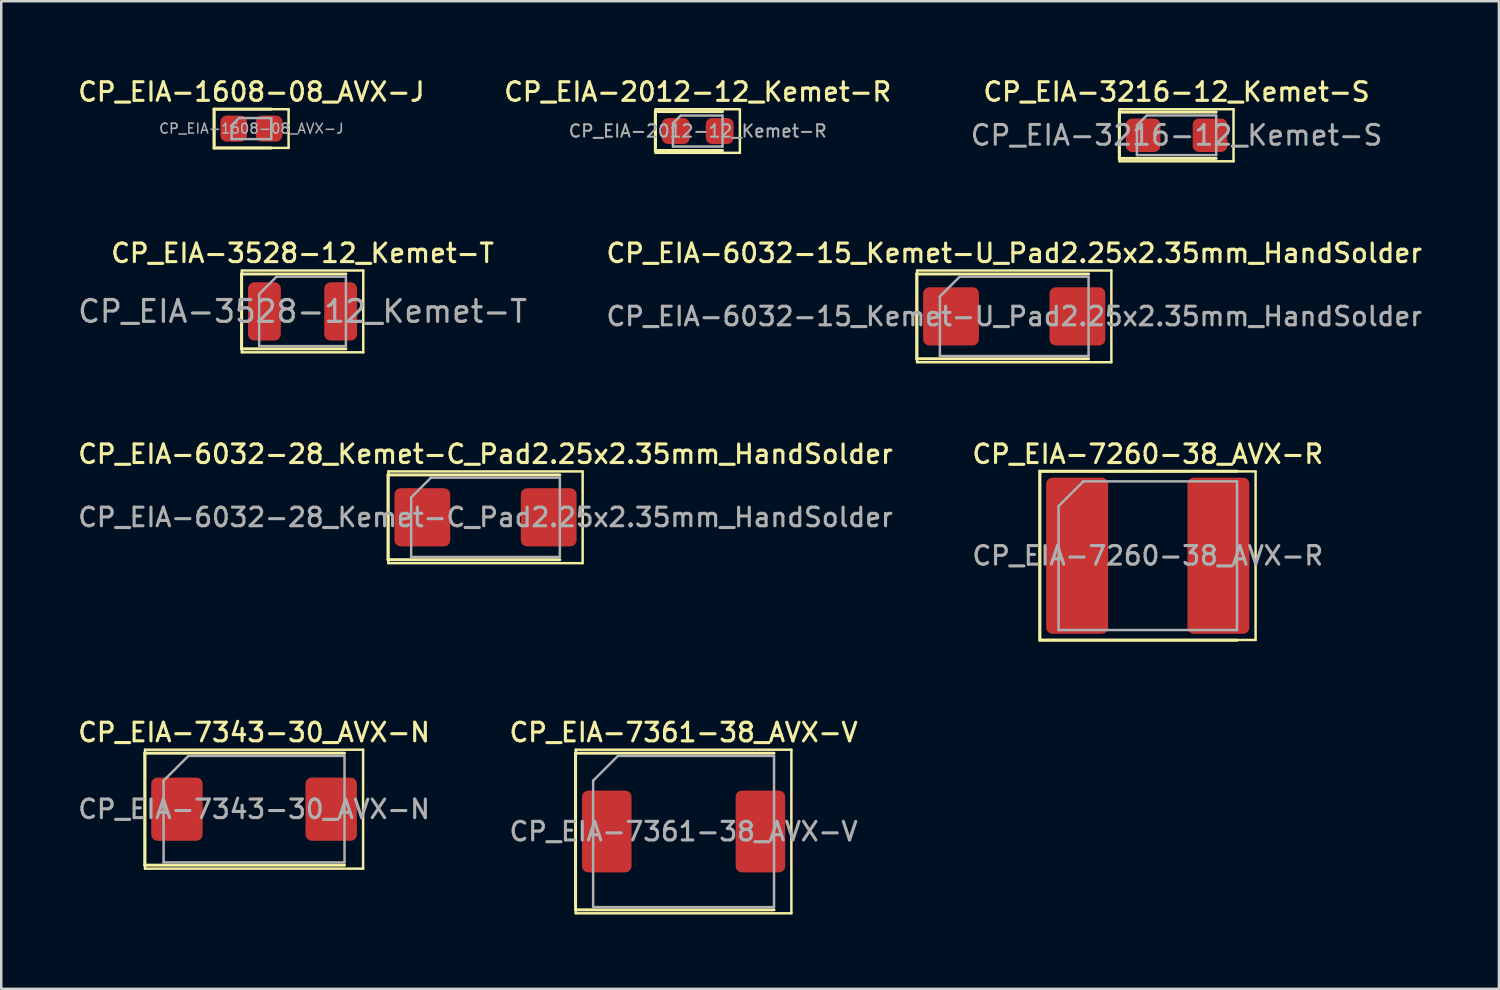
<source format=kicad_pcb>
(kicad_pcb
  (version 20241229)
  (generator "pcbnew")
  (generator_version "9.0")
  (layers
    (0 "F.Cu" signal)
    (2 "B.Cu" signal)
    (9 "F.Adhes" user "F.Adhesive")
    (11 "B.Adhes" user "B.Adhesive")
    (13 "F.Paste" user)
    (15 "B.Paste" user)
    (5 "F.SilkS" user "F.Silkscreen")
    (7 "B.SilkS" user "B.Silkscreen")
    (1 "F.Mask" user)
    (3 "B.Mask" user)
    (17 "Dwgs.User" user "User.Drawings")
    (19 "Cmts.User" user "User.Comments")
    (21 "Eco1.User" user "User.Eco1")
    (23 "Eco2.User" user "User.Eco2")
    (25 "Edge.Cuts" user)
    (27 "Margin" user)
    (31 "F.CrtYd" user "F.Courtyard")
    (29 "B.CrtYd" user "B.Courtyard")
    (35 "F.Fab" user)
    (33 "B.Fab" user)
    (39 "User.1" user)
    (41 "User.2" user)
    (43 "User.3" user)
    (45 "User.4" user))
  (footprint "CP_EIA-7260-38_AVX-R"
    (layer "F.Cu")
    (at 43.266 19.374)
    (property "Reference" "CP_EIA-7260-38_AVX-R" (at 0 -4.1 0) (layer "F.SilkS") (effects (font (size 0.75 0.75) (thickness 0.125))))
    (attr smd)
    (fp_line (start -4.36 -3.41) (end -4.36 3.41) (stroke (width 0.12) (type solid)) (layer "F.SilkS"))
    (fp_line (start -4.36 3.41) (end 3.6 3.41) (stroke (width 0.12) (type solid)) (layer "F.SilkS"))
    (fp_line (start -4.35 -3.4) (end 4.35 -3.4) (stroke (width 0.1) (type solid)) (layer "F.SilkS"))
    (fp_line (start -4.35 3.4) (end -4.35 -3.4) (stroke (width 0.1) (type solid)) (layer "F.SilkS"))
    (fp_line (start 3.6 -3.41) (end -4.36 -3.41) (stroke (width 0.12) (type solid)) (layer "F.SilkS"))
    (fp_line (start 4.35 -3.4) (end 4.35 3.4) (stroke (width 0.1) (type solid)) (layer "F.SilkS"))
    (fp_line (start 4.35 3.4) (end -4.35 3.4) (stroke (width 0.1) (type solid)) (layer "F.SilkS"))
    (fp_line (start -3.6 -2) (end -3.6 3) (stroke (width 0.1) (type solid)) (layer "F.Fab"))
    (fp_line (start -3.6 3) (end 3.6 3) (stroke (width 0.1) (type solid)) (layer "F.Fab"))
    (fp_line (start -2.6 -3) (end -3.6 -2) (stroke (width 0.1) (type solid)) (layer "F.Fab"))
    (fp_line (start 3.6 -3) (end -2.6 -3) (stroke (width 0.1) (type solid)) (layer "F.Fab"))
    (fp_line (start 3.6 3) (end 3.6 -3) (stroke (width 0.1) (type solid)) (layer "F.Fab"))
    (fp_text user "${REFERENCE}" (at 0 0 0) (layer "F.Fab") (effects (font (size 0.75 0.75) (thickness 0.125))))
    (pad "1" smd roundrect (at -2.85 0) (size 2.5 6.3) (layers "F.Cu" "F.Mask" "F.Paste") (roundrect_rratio 0.1))
    (pad "2" smd roundrect (at 2.85 0) (size 2.5 6.3) (layers "F.Cu" "F.Mask" "F.Paste") (roundrect_rratio 0.1)))
  (footprint "CP_EIA-2012-12_Kemet-R"
    (layer "F.Cu")
    (at 25.105 2.238)
    (property "Reference" "CP_EIA-2012-12_Kemet-R" (at 0 -1.58 0) (layer "F.SilkS") (effects (font (size 0.75 0.75) (thickness 0.125))))
    (attr smd)
    (fp_line (start -1.71 -0.785) (end -1.71 0.785) (stroke (width 0.12) (type solid)) (layer "F.SilkS"))
    (fp_line (start -1.71 0.785) (end 1 0.785) (stroke (width 0.12) (type solid)) (layer "F.SilkS"))
    (fp_line (start -1.7 -0.88) (end 1.7 -0.88) (stroke (width 0.1) (type solid)) (layer "F.SilkS"))
    (fp_line (start -1.7 0.88) (end -1.7 -0.88) (stroke (width 0.1) (type solid)) (layer "F.SilkS"))
    (fp_line (start 1 -0.785) (end -1.71 -0.785) (stroke (width 0.12) (type solid)) (layer "F.SilkS"))
    (fp_line (start 1.7 -0.88) (end 1.7 0.88) (stroke (width 0.1) (type solid)) (layer "F.SilkS"))
    (fp_line (start 1.7 0.88) (end -1.7 0.88) (stroke (width 0.1) (type solid)) (layer "F.SilkS"))
    (fp_line (start -1 -0.312) (end -1 0.625) (stroke (width 0.1) (type solid)) (layer "F.Fab"))
    (fp_line (start -1 0.625) (end 1 0.625) (stroke (width 0.1) (type solid)) (layer "F.Fab"))
    (fp_line (start -0.688 -0.625) (end -1 -0.312) (stroke (width 0.1) (type solid)) (layer "F.Fab"))
    (fp_line (start 1 -0.625) (end -0.688 -0.625) (stroke (width 0.1) (type solid)) (layer "F.Fab"))
    (fp_line (start 1 0.625) (end 1 -0.625) (stroke (width 0.1) (type solid)) (layer "F.Fab"))
    (fp_text user "${REFERENCE}" (at 0 0 0) (layer "F.Fab") (effects (font (size 0.5 0.5) (thickness 0.08))))
    (pad "1" smd roundrect (at -0.887 0) (size 1.125 1.05) (layers "F.Cu" "F.Mask" "F.Paste") (roundrect_rratio 0.238))
    (pad "2" smd roundrect (at 0.887 0) (size 1.125 1.05) (layers "F.Cu" "F.Mask" "F.Paste") (roundrect_rratio 0.238)))
  (footprint "CP_EIA-6032-28_Kemet-C_Pad2.25x2.35mm_HandSolder"
    (layer "F.Cu")
    (at 16.541 17.824)
    (property "Reference" "CP_EIA-6032-28_Kemet-C_Pad2.25x2.35mm_HandSolder" (at 0 -2.55 0) (layer "F.SilkS") (effects (font (size 0.75 0.75) (thickness 0.125))))
    (attr smd)
    (fp_line (start -3.935 -1.71) (end -3.935 1.71) (stroke (width 0.12) (type solid)) (layer "F.SilkS"))
    (fp_line (start -3.935 1.71) (end 3 1.71) (stroke (width 0.12) (type solid)) (layer "F.SilkS"))
    (fp_line (start -3.92 -1.85) (end 3.92 -1.85) (stroke (width 0.1) (type solid)) (layer "F.SilkS"))
    (fp_line (start -3.92 1.85) (end -3.92 -1.85) (stroke (width 0.1) (type solid)) (layer "F.SilkS"))
    (fp_line (start 3 -1.71) (end -3.935 -1.71) (stroke (width 0.12) (type solid)) (layer "F.SilkS"))
    (fp_line (start 3.92 -1.85) (end 3.92 1.85) (stroke (width 0.1) (type solid)) (layer "F.SilkS"))
    (fp_line (start 3.92 1.85) (end -3.92 1.85) (stroke (width 0.1) (type solid)) (layer "F.SilkS"))
    (fp_line (start -3 -0.8) (end -3 1.6) (stroke (width 0.1) (type solid)) (layer "F.Fab"))
    (fp_line (start -3 1.6) (end 3 1.6) (stroke (width 0.1) (type solid)) (layer "F.Fab"))
    (fp_line (start -2.2 -1.6) (end -3 -0.8) (stroke (width 0.1) (type solid)) (layer "F.Fab"))
    (fp_line (start 3 -1.6) (end -2.2 -1.6) (stroke (width 0.1) (type solid)) (layer "F.Fab"))
    (fp_line (start 3 1.6) (end 3 -1.6) (stroke (width 0.1) (type solid)) (layer "F.Fab"))
    (fp_text user "${REFERENCE}" (at 0 0 0) (layer "F.Fab") (effects (font (size 0.75 0.75) (thickness 0.125))))
    (pad "1" smd roundrect (at -2.55 0) (size 2.25 2.35) (layers "F.Cu" "F.Mask" "F.Paste") (roundrect_rratio 0.111))
    (pad "2" smd roundrect (at 2.55 0) (size 2.25 2.35) (layers "F.Cu" "F.Mask" "F.Paste") (roundrect_rratio 0.111)))
  (footprint "CP_EIA-3216-12_Kemet-S"
    (layer "F.Cu")
    (at 44.426 2.408)
    (property "Reference" "CP_EIA-3216-12_Kemet-S" (at 0 -1.75 0) (layer "F.SilkS") (effects (font (size 0.75 0.75) (thickness 0.125))))
    (attr smd)
    (fp_line (start -2.31 -0.935) (end -2.31 0.935) (stroke (width 0.12) (type solid)) (layer "F.SilkS"))
    (fp_line (start -2.31 0.935) (end 1.6 0.935) (stroke (width 0.12) (type solid)) (layer "F.SilkS"))
    (fp_line (start -2.3 -1.05) (end 2.3 -1.05) (stroke (width 0.1) (type solid)) (layer "F.SilkS"))
    (fp_line (start -2.3 1.05) (end -2.3 -1.05) (stroke (width 0.1) (type solid)) (layer "F.SilkS"))
    (fp_line (start 1.6 -0.935) (end -2.31 -0.935) (stroke (width 0.12) (type solid)) (layer "F.SilkS"))
    (fp_line (start 2.3 -1.05) (end 2.3 1.05) (stroke (width 0.1) (type solid)) (layer "F.SilkS"))
    (fp_line (start 2.3 1.05) (end -2.3 1.05) (stroke (width 0.1) (type solid)) (layer "F.SilkS"))
    (fp_line (start -1.6 -0.4) (end -1.6 0.8) (stroke (width 0.1) (type solid)) (layer "F.Fab"))
    (fp_line (start -1.6 0.8) (end 1.6 0.8) (stroke (width 0.1) (type solid)) (layer "F.Fab"))
    (fp_line (start -1.2 -0.8) (end -1.6 -0.4) (stroke (width 0.1) (type solid)) (layer "F.Fab"))
    (fp_line (start 1.6 -0.8) (end -1.2 -0.8) (stroke (width 0.1) (type solid)) (layer "F.Fab"))
    (fp_line (start 1.6 0.8) (end 1.6 -0.8) (stroke (width 0.1) (type solid)) (layer "F.Fab"))
    (fp_text user "${REFERENCE}" (at 0 0 0) (layer "F.Fab") (effects (font (size 0.8 0.8) (thickness 0.12))))
    (pad "1" smd roundrect (at -1.35 0) (size 1.4 1.35) (layers "F.Cu" "F.Mask" "F.Paste") (roundrect_rratio 0.185))
    (pad "2" smd roundrect (at 1.35 0) (size 1.4 1.35) (layers "F.Cu" "F.Mask" "F.Paste") (roundrect_rratio 0.185)))
  (footprint "CP_EIA-7361-38_AVX-V"
    (layer "F.Cu")
    (at 24.534 30.503)
    (property "Reference" "CP_EIA-7361-38_AVX-V" (at 0 -4 0) (layer "F.SilkS") (effects (font (size 0.75 0.75) (thickness 0.125))))
    (attr smd)
    (fp_line (start -4.36 -3.16) (end -4.36 3.16) (stroke (width 0.12) (type solid)) (layer "F.SilkS"))
    (fp_line (start -4.36 3.16) (end 3.65 3.16) (stroke (width 0.12) (type solid)) (layer "F.SilkS"))
    (fp_line (start -4.35 -3.3) (end 4.35 -3.3) (stroke (width 0.1) (type solid)) (layer "F.SilkS"))
    (fp_line (start -4.35 3.3) (end -4.35 -3.3) (stroke (width 0.1) (type solid)) (layer "F.SilkS"))
    (fp_line (start 3.65 -3.16) (end -4.36 -3.16) (stroke (width 0.12) (type solid)) (layer "F.SilkS"))
    (fp_line (start 4.35 -3.3) (end 4.35 3.3) (stroke (width 0.1) (type solid)) (layer "F.SilkS"))
    (fp_line (start 4.35 3.3) (end -4.35 3.3) (stroke (width 0.1) (type solid)) (layer "F.SilkS"))
    (fp_line (start -3.65 -2.05) (end -3.65 3.05) (stroke (width 0.1) (type solid)) (layer "F.Fab"))
    (fp_line (start -3.65 3.05) (end 3.65 3.05) (stroke (width 0.1) (type solid)) (layer "F.Fab"))
    (fp_line (start -2.65 -3.05) (end -3.65 -2.05) (stroke (width 0.1) (type solid)) (layer "F.Fab"))
    (fp_line (start 3.65 -3.05) (end -2.65 -3.05) (stroke (width 0.1) (type solid)) (layer "F.Fab"))
    (fp_line (start 3.65 3.05) (end 3.65 -3.05) (stroke (width 0.1) (type solid)) (layer "F.Fab"))
    (fp_text user "${REFERENCE}" (at 0 0 0) (layer "F.Fab") (effects (font (size 0.75 0.75) (thickness 0.125))))
    (pad "1" smd roundrect (at -3.1 0) (size 2 3.3) (layers "F.Cu" "F.Mask" "F.Paste") (roundrect_rratio 0.125))
    (pad "2" smd roundrect (at 3.1 0) (size 2 3.3) (layers "F.Cu" "F.Mask" "F.Paste") (roundrect_rratio 0.125)))
  (footprint "CP_EIA-7343-30_AVX-N"
    (layer "F.Cu")
    (at 7.202 29.602)
    (property "Reference" "CP_EIA-7343-30_AVX-N" (at 0 -3.1 0) (layer "F.SilkS") (effects (font (size 0.75 0.75) (thickness 0.125))))
    (attr smd)
    (fp_line (start -4.41 -2.26) (end -4.41 2.26) (stroke (width 0.12) (type solid)) (layer "F.SilkS"))
    (fp_line (start -4.41 2.26) (end 3.65 2.26) (stroke (width 0.12) (type solid)) (layer "F.SilkS"))
    (fp_line (start -4.4 -2.4) (end 4.4 -2.4) (stroke (width 0.1) (type solid)) (layer "F.SilkS"))
    (fp_line (start -4.4 2.4) (end -4.4 -2.4) (stroke (width 0.1) (type solid)) (layer "F.SilkS"))
    (fp_line (start 3.65 -2.26) (end -4.41 -2.26) (stroke (width 0.12) (type solid)) (layer "F.SilkS"))
    (fp_line (start 4.4 -2.4) (end 4.4 2.4) (stroke (width 0.1) (type solid)) (layer "F.SilkS"))
    (fp_line (start 4.4 2.4) (end -4.4 2.4) (stroke (width 0.1) (type solid)) (layer "F.SilkS"))
    (fp_line (start -3.65 -1.15) (end -3.65 2.15) (stroke (width 0.1) (type solid)) (layer "F.Fab"))
    (fp_line (start -3.65 2.15) (end 3.65 2.15) (stroke (width 0.1) (type solid)) (layer "F.Fab"))
    (fp_line (start -2.65 -2.15) (end -3.65 -1.15) (stroke (width 0.1) (type solid)) (layer "F.Fab"))
    (fp_line (start 3.65 -2.15) (end -2.65 -2.15) (stroke (width 0.1) (type solid)) (layer "F.Fab"))
    (fp_line (start 3.65 2.15) (end 3.65 -2.15) (stroke (width 0.1) (type solid)) (layer "F.Fab"))
    (fp_text user "${REFERENCE}" (at 0 0 0) (layer "F.Fab") (effects (font (size 0.75 0.75) (thickness 0.125))))
    (pad "1" smd roundrect (at -3.112 0) (size 2.075 2.55) (layers "F.Cu" "F.Mask" "F.Paste") (roundrect_rratio 0.12))
    (pad "2" smd roundrect (at 3.112 0) (size 2.075 2.55) (layers "F.Cu" "F.Mask" "F.Paste") (roundrect_rratio 0.12)))
  (footprint "CP_EIA-3528-12_Kemet-T"
    (layer "F.Cu")
    (at 9.158 9.516)
    (property "Reference" "CP_EIA-3528-12_Kemet-T" (at 0 -2.35 0) (layer "F.SilkS") (effects (font (size 0.75 0.75) (thickness 0.125))))
    (attr smd)
    (fp_line (start -2.46 -1.51) (end -2.46 1.51) (stroke (width 0.12) (type solid)) (layer "F.SilkS"))
    (fp_line (start -2.46 1.51) (end 1.75 1.51) (stroke (width 0.12) (type solid)) (layer "F.SilkS"))
    (fp_line (start -2.45 -1.65) (end 2.45 -1.65) (stroke (width 0.1) (type solid)) (layer "F.SilkS"))
    (fp_line (start -2.45 1.65) (end -2.45 -1.65) (stroke (width 0.1) (type solid)) (layer "F.SilkS"))
    (fp_line (start 1.75 -1.51) (end -2.46 -1.51) (stroke (width 0.12) (type solid)) (layer "F.SilkS"))
    (fp_line (start 2.45 -1.65) (end 2.45 1.65) (stroke (width 0.1) (type solid)) (layer "F.SilkS"))
    (fp_line (start 2.45 1.65) (end -2.45 1.65) (stroke (width 0.1) (type solid)) (layer "F.SilkS"))
    (fp_line (start -1.75 -0.7) (end -1.75 1.4) (stroke (width 0.1) (type solid)) (layer "F.Fab"))
    (fp_line (start -1.75 1.4) (end 1.75 1.4) (stroke (width 0.1) (type solid)) (layer "F.Fab"))
    (fp_line (start -1.05 -1.4) (end -1.75 -0.7) (stroke (width 0.1) (type solid)) (layer "F.Fab"))
    (fp_line (start 1.75 -1.4) (end -1.05 -1.4) (stroke (width 0.1) (type solid)) (layer "F.Fab"))
    (fp_line (start 1.75 1.4) (end 1.75 -1.4) (stroke (width 0.1) (type solid)) (layer "F.Fab"))
    (fp_text user "${REFERENCE}" (at 0 0 0) (layer "F.Fab") (effects (font (size 0.88 0.88) (thickness 0.13))))
    (pad "1" smd roundrect (at -1.538 0) (size 1.325 2.35) (layers "F.Cu" "F.Mask" "F.Paste") (roundrect_rratio 0.189))
    (pad "2" smd roundrect (at 1.538 0) (size 1.325 2.35) (layers "F.Cu" "F.Mask" "F.Paste") (roundrect_rratio 0.189)))
  (footprint "CP_EIA-6032-15_Kemet-U_Pad2.25x2.35mm_HandSolder"
    (layer "F.Cu")
    (at 37.876 9.716)
    (property "Reference" "CP_EIA-6032-15_Kemet-U_Pad2.25x2.35mm_HandSolder" (at 0 -2.55 0) (layer "F.SilkS") (effects (font (size 0.75 0.75) (thickness 0.125))))
    (attr smd)
    (fp_line (start -3.935 -1.71) (end -3.935 1.71) (stroke (width 0.12) (type solid)) (layer "F.SilkS"))
    (fp_line (start -3.935 1.71) (end 3 1.71) (stroke (width 0.12) (type solid)) (layer "F.SilkS"))
    (fp_line (start -3.92 -1.85) (end 3.92 -1.85) (stroke (width 0.1) (type solid)) (layer "F.SilkS"))
    (fp_line (start -3.92 1.85) (end -3.92 -1.85) (stroke (width 0.1) (type solid)) (layer "F.SilkS"))
    (fp_line (start 3 -1.71) (end -3.935 -1.71) (stroke (width 0.12) (type solid)) (layer "F.SilkS"))
    (fp_line (start 3.92 -1.85) (end 3.92 1.85) (stroke (width 0.1) (type solid)) (layer "F.SilkS"))
    (fp_line (start 3.92 1.85) (end -3.92 1.85) (stroke (width 0.1) (type solid)) (layer "F.SilkS"))
    (fp_line (start -3 -0.8) (end -3 1.6) (stroke (width 0.1) (type solid)) (layer "F.Fab"))
    (fp_line (start -3 1.6) (end 3 1.6) (stroke (width 0.1) (type solid)) (layer "F.Fab"))
    (fp_line (start -2.2 -1.6) (end -3 -0.8) (stroke (width 0.1) (type solid)) (layer "F.Fab"))
    (fp_line (start 3 -1.6) (end -2.2 -1.6) (stroke (width 0.1) (type solid)) (layer "F.Fab"))
    (fp_line (start 3 1.6) (end 3 -1.6) (stroke (width 0.1) (type solid)) (layer "F.Fab"))
    (fp_text user "${REFERENCE}" (at 0 0 0) (layer "F.Fab") (effects (font (size 0.75 0.75) (thickness 0.125))))
    (pad "1" smd roundrect (at -2.55 0) (size 2.25 2.35) (layers "F.Cu" "F.Mask" "F.Paste") (roundrect_rratio 0.111))
    (pad "2" smd roundrect (at 2.55 0) (size 2.25 2.35) (layers "F.Cu" "F.Mask" "F.Paste") (roundrect_rratio 0.111)))
  (footprint "CP_EIA-1608-08_AVX-J"
    (layer "F.Cu")
    (at 7.095 2.138)
    (property "Reference" "CP_EIA-1608-08_AVX-J" (at 0 -1.48 0) (layer "F.SilkS") (effects (font (size 0.75 0.75) (thickness 0.125))))
    (attr smd)
    (fp_line (start -1.51 -0.785) (end -1.51 0.785) (stroke (width 0.12) (type solid)) (layer "F.SilkS"))
    (fp_line (start -1.51 0.785) (end 0.8 0.785) (stroke (width 0.12) (type solid)) (layer "F.SilkS"))
    (fp_line (start -1.5 -0.78) (end 1.5 -0.78) (stroke (width 0.1) (type solid)) (layer "F.SilkS"))
    (fp_line (start -1.5 0.78) (end -1.5 -0.78) (stroke (width 0.1) (type solid)) (layer "F.SilkS"))
    (fp_line (start 0.8 -0.785) (end -1.51 -0.785) (stroke (width 0.12) (type solid)) (layer "F.SilkS"))
    (fp_line (start 1.5 -0.78) (end 1.5 0.78) (stroke (width 0.1) (type solid)) (layer "F.SilkS"))
    (fp_line (start 1.5 0.78) (end -1.5 0.78) (stroke (width 0.1) (type solid)) (layer "F.SilkS"))
    (fp_line (start -0.8 -0.125) (end -0.8 0.425) (stroke (width 0.1) (type solid)) (layer "F.Fab"))
    (fp_line (start -0.8 0.425) (end 0.8 0.425) (stroke (width 0.1) (type solid)) (layer "F.Fab"))
    (fp_line (start -0.5 -0.425) (end -0.8 -0.125) (stroke (width 0.1) (type solid)) (layer "F.Fab"))
    (fp_line (start 0.8 -0.425) (end -0.5 -0.425) (stroke (width 0.1) (type solid)) (layer "F.Fab"))
    (fp_line (start 0.8 0.425) (end 0.8 -0.425) (stroke (width 0.1) (type solid)) (layer "F.Fab"))
    (fp_text user "${REFERENCE}" (at 0 0 0) (layer "F.Fab") (effects (font (size 0.4 0.4) (thickness 0.06))))
    (pad "1" smd roundrect (at -0.713 0) (size 1.075 1.05) (layers "F.Cu" "F.Mask" "F.Paste") (roundrect_rratio 0.238))
    (pad "2" smd roundrect (at 0.713 0) (size 1.075 1.05) (layers "F.Cu" "F.Mask" "F.Paste") (roundrect_rratio 0.238)))
  (gr_rect
    (start -3 -3)
    (end 57.435 36.852)
    (stroke (width 0.1) (type default))
    (fill no)
    (layer "Edge.Cuts")))
</source>
